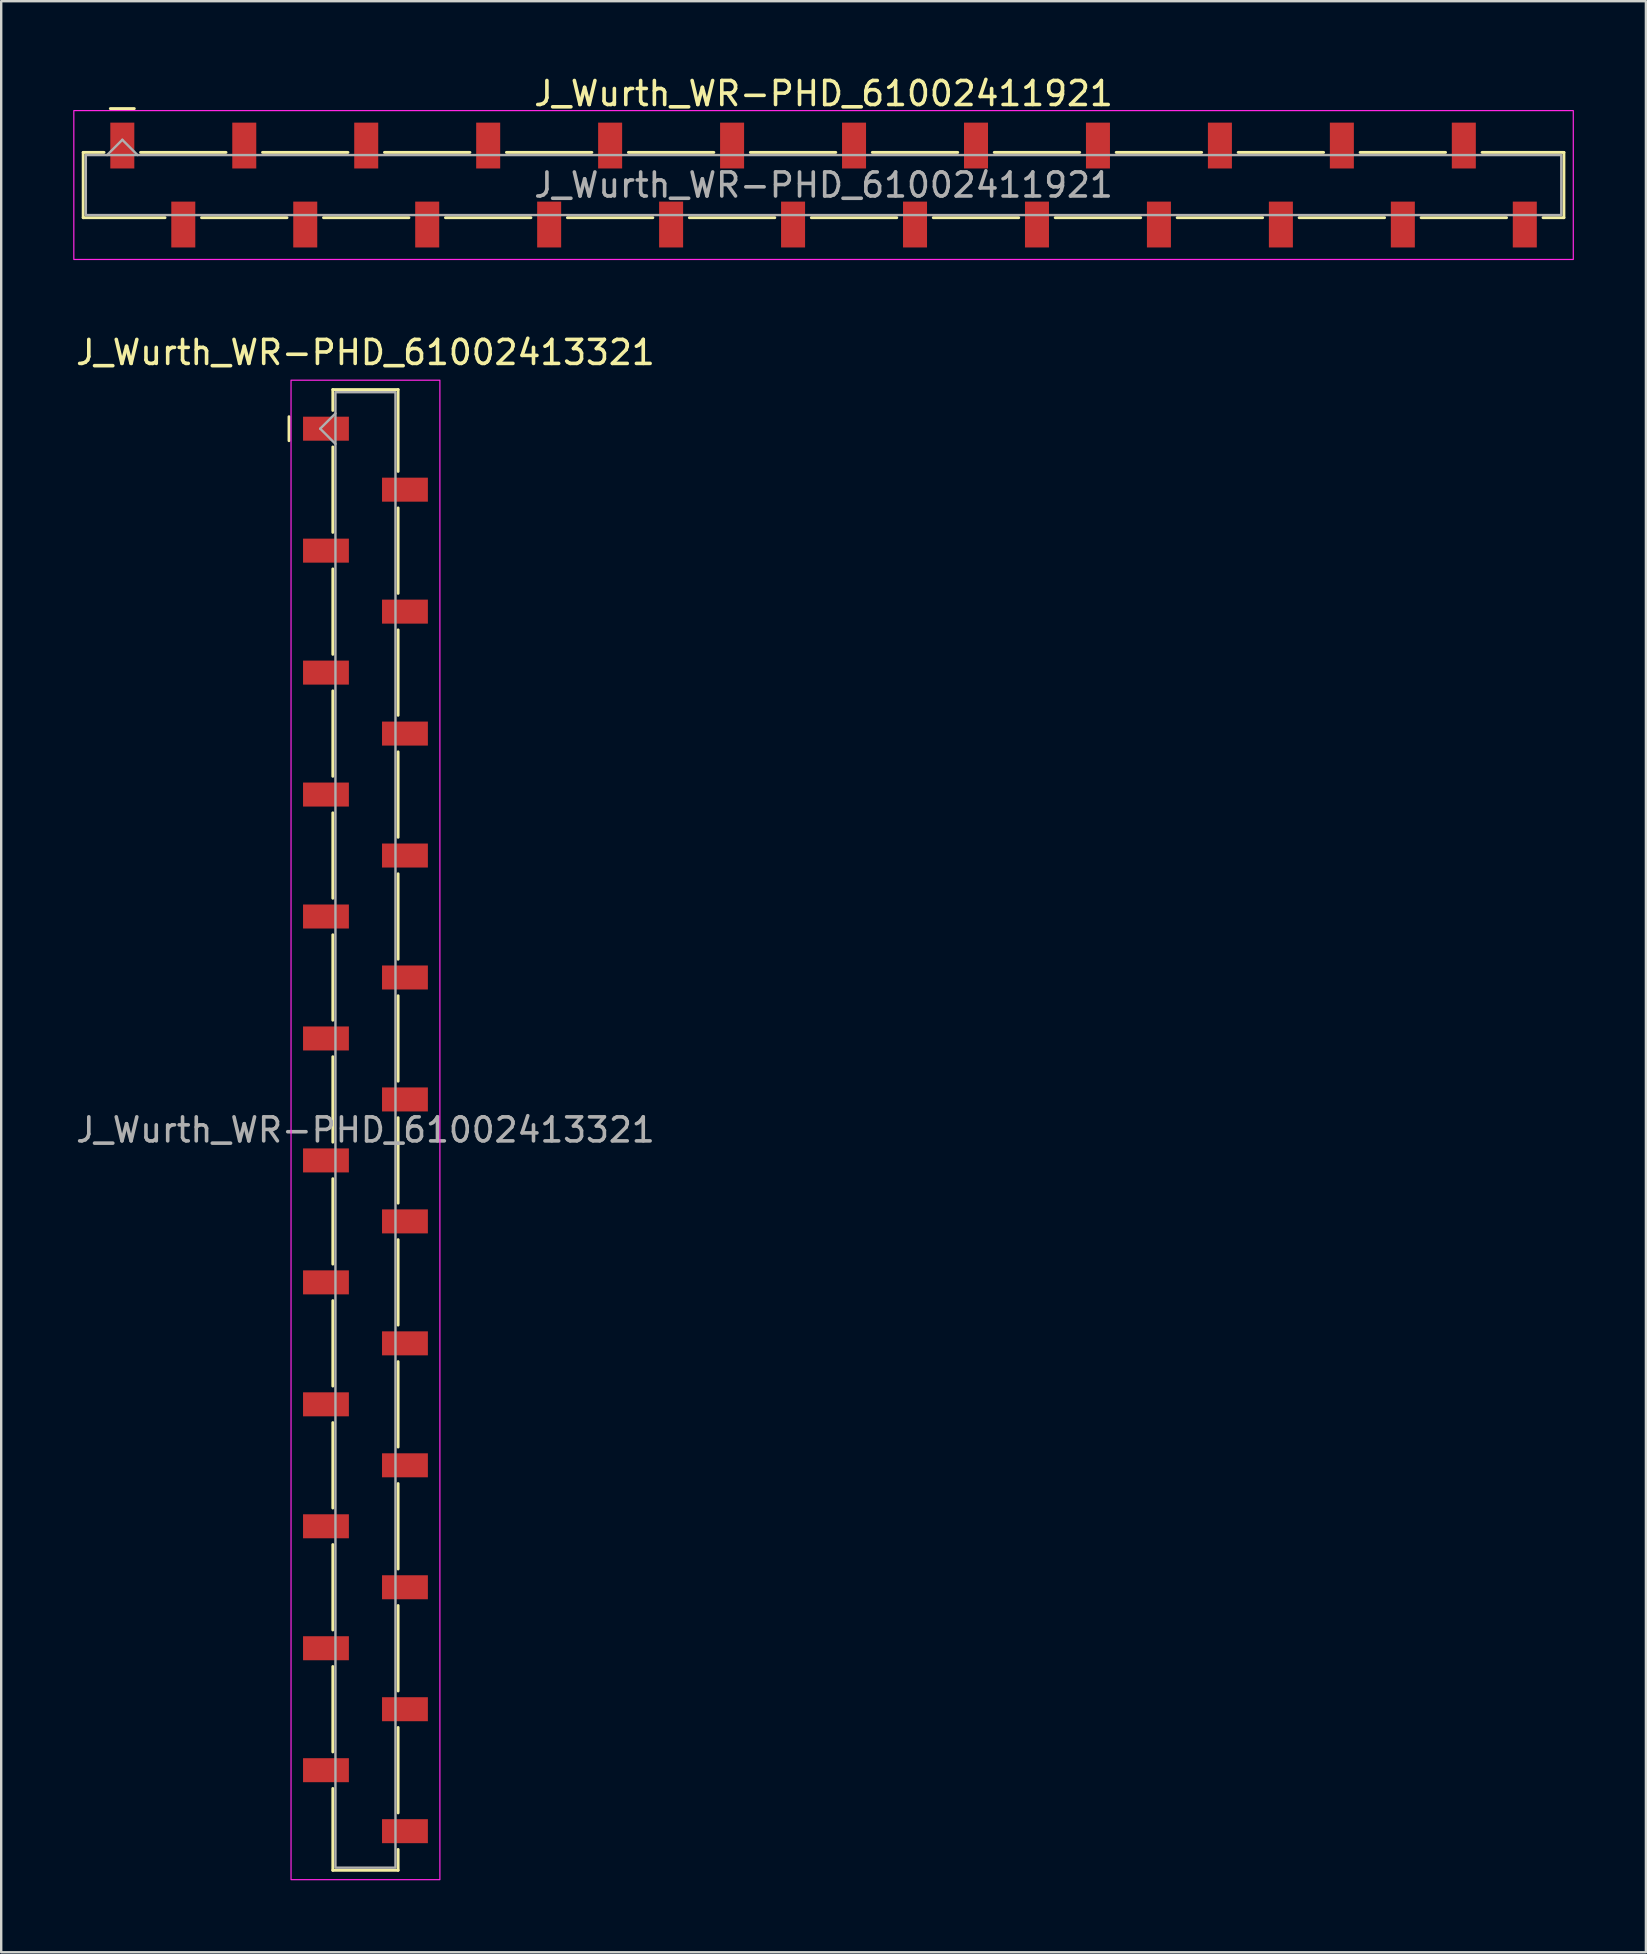
<source format=kicad_pcb>
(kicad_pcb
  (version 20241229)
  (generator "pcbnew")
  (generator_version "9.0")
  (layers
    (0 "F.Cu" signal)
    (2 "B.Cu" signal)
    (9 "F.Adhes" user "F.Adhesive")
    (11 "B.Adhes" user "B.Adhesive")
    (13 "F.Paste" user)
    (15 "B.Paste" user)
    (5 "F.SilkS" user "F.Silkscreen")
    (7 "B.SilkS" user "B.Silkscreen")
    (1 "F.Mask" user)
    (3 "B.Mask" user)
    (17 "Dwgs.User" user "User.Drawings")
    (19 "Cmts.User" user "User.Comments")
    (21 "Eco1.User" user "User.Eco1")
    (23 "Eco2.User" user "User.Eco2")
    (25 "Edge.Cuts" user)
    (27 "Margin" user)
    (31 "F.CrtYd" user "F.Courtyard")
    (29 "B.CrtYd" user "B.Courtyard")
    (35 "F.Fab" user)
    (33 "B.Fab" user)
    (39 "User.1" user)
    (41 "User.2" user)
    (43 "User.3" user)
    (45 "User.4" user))
  (footprint "J_Wurth_WR-PHD_61002413321"
    (layer "F.Cu")
    (at 12.173 44.017)
    (property "Reference" "J_Wurth_WR-PHD_61002413321" (at 0 -32.385 0) (unlocked yes) (layer "F.SilkS") (effects (font (size 1 1) (thickness 0.15))))
    (attr smd)
    (fp_line (start -3.185 -29.71) (end -3.185 -28.71) (stroke (width 0.12) (type solid)) (layer "F.SilkS"))
    (fp_line (start -1.36 -30.84) (end -1.36 -29.97) (stroke (width 0.12) (type solid)) (layer "F.SilkS"))
    (fp_line (start -1.36 -30.84) (end 1.36 -30.84) (stroke (width 0.12) (type solid)) (layer "F.SilkS"))
    (fp_line (start -1.36 -28.45) (end -1.36 -24.89) (stroke (width 0.12) (type solid)) (layer "F.SilkS"))
    (fp_line (start -1.36 -23.37) (end -1.36 -19.81) (stroke (width 0.12) (type solid)) (layer "F.SilkS"))
    (fp_line (start -1.36 -18.29) (end -1.36 -14.73) (stroke (width 0.12) (type solid)) (layer "F.SilkS"))
    (fp_line (start -1.36 -13.21) (end -1.36 -9.65) (stroke (width 0.12) (type solid)) (layer "F.SilkS"))
    (fp_line (start -1.36 -8.13) (end -1.36 -4.57) (stroke (width 0.12) (type solid)) (layer "F.SilkS"))
    (fp_line (start -1.36 -3.05) (end -1.36 0.51) (stroke (width 0.12) (type solid)) (layer "F.SilkS"))
    (fp_line (start -1.36 2.03) (end -1.36 5.59) (stroke (width 0.12) (type solid)) (layer "F.SilkS"))
    (fp_line (start -1.36 7.11) (end -1.36 10.67) (stroke (width 0.12) (type solid)) (layer "F.SilkS"))
    (fp_line (start -1.36 12.19) (end -1.36 15.75) (stroke (width 0.12) (type solid)) (layer "F.SilkS"))
    (fp_line (start -1.36 17.27) (end -1.36 20.83) (stroke (width 0.12) (type solid)) (layer "F.SilkS"))
    (fp_line (start -1.36 22.35) (end -1.36 25.91) (stroke (width 0.12) (type solid)) (layer "F.SilkS"))
    (fp_line (start -1.36 27.43) (end -1.36 30.84) (stroke (width 0.12) (type solid)) (layer "F.SilkS"))
    (fp_line (start -1.36 30.84) (end 1.36 30.84) (stroke (width 0.12) (type solid)) (layer "F.SilkS"))
    (fp_line (start 1.36 -30.84) (end 1.36 -27.43) (stroke (width 0.12) (type solid)) (layer "F.SilkS"))
    (fp_line (start 1.36 -25.91) (end 1.36 -22.35) (stroke (width 0.12) (type solid)) (layer "F.SilkS"))
    (fp_line (start 1.36 -20.83) (end 1.36 -17.27) (stroke (width 0.12) (type solid)) (layer "F.SilkS"))
    (fp_line (start 1.36 -15.75) (end 1.36 -12.19) (stroke (width 0.12) (type solid)) (layer "F.SilkS"))
    (fp_line (start 1.36 -10.67) (end 1.36 -7.11) (stroke (width 0.12) (type solid)) (layer "F.SilkS"))
    (fp_line (start 1.36 -5.59) (end 1.36 -2.03) (stroke (width 0.12) (type solid)) (layer "F.SilkS"))
    (fp_line (start 1.36 -0.51) (end 1.36 3.05) (stroke (width 0.12) (type solid)) (layer "F.SilkS"))
    (fp_line (start 1.36 4.57) (end 1.36 8.13) (stroke (width 0.12) (type solid)) (layer "F.SilkS"))
    (fp_line (start 1.36 9.65) (end 1.36 13.21) (stroke (width 0.12) (type solid)) (layer "F.SilkS"))
    (fp_line (start 1.36 14.73) (end 1.36 18.29) (stroke (width 0.12) (type solid)) (layer "F.SilkS"))
    (fp_line (start 1.36 19.81) (end 1.36 23.37) (stroke (width 0.12) (type solid)) (layer "F.SilkS"))
    (fp_line (start 1.36 24.89) (end 1.36 28.45) (stroke (width 0.12) (type solid)) (layer "F.SilkS"))
    (fp_line (start 1.36 29.97) (end 1.36 30.84) (stroke (width 0.12) (type solid)) (layer "F.SilkS"))
    (fp_rect (start -3.1 -31.23) (end 3.1 31.23) (stroke (width 0.05) (type solid)) (fill no) (layer "F.CrtYd"))
    (fp_line (start -1.885 -29.21) (end -1.25 -28.575) (stroke (width 0.1) (type default)) (layer "F.Fab"))
    (fp_line (start -1.25 -29.845) (end -1.885 -29.21) (stroke (width 0.1) (type default)) (layer "F.Fab"))
    (fp_rect (start -1.25 -30.73) (end 1.25 30.73) (stroke (width 0.1) (type solid)) (fill no) (layer "F.Fab"))
    (fp_text user "${REFERENCE}" (at 0 0 0) (unlocked yes) (layer "F.Fab") (effects (font (size 1 1) (thickness 0.15))))
    (pad "1" smd rect (at -1.645 -29.21 270) (size 1 1.91) (layers "F.Cu" "F.Mask" "F.Paste"))
    (pad "2" smd rect (at 1.645 -26.67 270) (size 1 1.91) (layers "F.Cu" "F.Mask" "F.Paste"))
    (pad "3" smd rect (at -1.645 -24.13 270) (size 1 1.91) (layers "F.Cu" "F.Mask" "F.Paste"))
    (pad "4" smd rect (at 1.645 -21.59 270) (size 1 1.91) (layers "F.Cu" "F.Mask" "F.Paste"))
    (pad "5" smd rect (at -1.645 -19.05 270) (size 1 1.91) (layers "F.Cu" "F.Mask" "F.Paste"))
    (pad "6" smd rect (at 1.645 -16.51 270) (size 1 1.91) (layers "F.Cu" "F.Mask" "F.Paste"))
    (pad "7" smd rect (at -1.645 -13.97 270) (size 1 1.91) (layers "F.Cu" "F.Mask" "F.Paste"))
    (pad "8" smd rect (at 1.645 -11.43 270) (size 1 1.91) (layers "F.Cu" "F.Mask" "F.Paste"))
    (pad "9" smd rect (at -1.645 -8.89 270) (size 1 1.91) (layers "F.Cu" "F.Mask" "F.Paste"))
    (pad "10" smd rect (at 1.645 -6.35 270) (size 1 1.91) (layers "F.Cu" "F.Mask" "F.Paste"))
    (pad "11" smd rect (at -1.645 -3.81 270) (size 1 1.91) (layers "F.Cu" "F.Mask" "F.Paste"))
    (pad "12" smd rect (at 1.645 -1.27 270) (size 1 1.91) (layers "F.Cu" "F.Mask" "F.Paste"))
    (pad "13" smd rect (at -1.645 1.27 270) (size 1 1.91) (layers "F.Cu" "F.Mask" "F.Paste"))
    (pad "14" smd rect (at 1.645 3.81 270) (size 1 1.91) (layers "F.Cu" "F.Mask" "F.Paste"))
    (pad "15" smd rect (at -1.645 6.35 270) (size 1 1.91) (layers "F.Cu" "F.Mask" "F.Paste"))
    (pad "16" smd rect (at 1.645 8.89 270) (size 1 1.91) (layers "F.Cu" "F.Mask" "F.Paste"))
    (pad "17" smd rect (at -1.645 11.43 270) (size 1 1.91) (layers "F.Cu" "F.Mask" "F.Paste"))
    (pad "18" smd rect (at 1.645 13.97 270) (size 1 1.91) (layers "F.Cu" "F.Mask" "F.Paste"))
    (pad "19" smd rect (at -1.645 16.51 270) (size 1 1.91) (layers "F.Cu" "F.Mask" "F.Paste"))
    (pad "20" smd rect (at 1.645 19.05 270) (size 1 1.91) (layers "F.Cu" "F.Mask" "F.Paste"))
    (pad "21" smd rect (at -1.645 21.59 270) (size 1 1.91) (layers "F.Cu" "F.Mask" "F.Paste"))
    (pad "22" smd rect (at 1.645 24.13 270) (size 1 1.91) (layers "F.Cu" "F.Mask" "F.Paste"))
    (pad "23" smd rect (at -1.645 26.67 270) (size 1 1.91) (layers "F.Cu" "F.Mask" "F.Paste"))
    (pad "24" smd rect (at 1.645 29.21 270) (size 1 1.91) (layers "F.Cu" "F.Mask" "F.Paste")))
  (footprint "J_Wurth_WR-PHD_61002411921"
    (layer "F.Cu")
    (at 31.255 4.658)
    (property "Reference" "J_Wurth_WR-PHD_61002411921" (at 0 -3.81 0) (unlocked yes) (layer "F.SilkS") (effects (font (size 1 1) (thickness 0.15))))
    (attr smd)
    (fp_line (start -30.84 -1.36) (end -30.84 1.36) (stroke (width 0.12) (type solid)) (layer "F.SilkS"))
    (fp_line (start -30.84 -1.36) (end -29.97 -1.36) (stroke (width 0.12) (type solid)) (layer "F.SilkS"))
    (fp_line (start -30.84 1.36) (end -27.43 1.36) (stroke (width 0.12) (type solid)) (layer "F.SilkS"))
    (fp_line (start -29.71 -3.185) (end -28.71 -3.185) (stroke (width 0.12) (type solid)) (layer "F.SilkS"))
    (fp_line (start -28.45 -1.36) (end -24.89 -1.36) (stroke (width 0.12) (type solid)) (layer "F.SilkS"))
    (fp_line (start -25.91 1.36) (end -22.35 1.36) (stroke (width 0.12) (type solid)) (layer "F.SilkS"))
    (fp_line (start -23.37 -1.36) (end -19.81 -1.36) (stroke (width 0.12) (type solid)) (layer "F.SilkS"))
    (fp_line (start -20.83 1.36) (end -17.27 1.36) (stroke (width 0.12) (type solid)) (layer "F.SilkS"))
    (fp_line (start -18.29 -1.36) (end -14.73 -1.36) (stroke (width 0.12) (type solid)) (layer "F.SilkS"))
    (fp_line (start -15.75 1.36) (end -12.19 1.36) (stroke (width 0.12) (type solid)) (layer "F.SilkS"))
    (fp_line (start -13.21 -1.36) (end -9.65 -1.36) (stroke (width 0.12) (type solid)) (layer "F.SilkS"))
    (fp_line (start -10.67 1.36) (end -7.11 1.36) (stroke (width 0.12) (type solid)) (layer "F.SilkS"))
    (fp_line (start -8.13 -1.36) (end -4.57 -1.36) (stroke (width 0.12) (type solid)) (layer "F.SilkS"))
    (fp_line (start -5.59 1.36) (end -2.03 1.36) (stroke (width 0.12) (type solid)) (layer "F.SilkS"))
    (fp_line (start -3.05 -1.36) (end 0.51 -1.36) (stroke (width 0.12) (type solid)) (layer "F.SilkS"))
    (fp_line (start -0.51 1.36) (end 3.05 1.36) (stroke (width 0.12) (type solid)) (layer "F.SilkS"))
    (fp_line (start 2.03 -1.36) (end 5.59 -1.36) (stroke (width 0.12) (type solid)) (layer "F.SilkS"))
    (fp_line (start 4.57 1.36) (end 8.13 1.36) (stroke (width 0.12) (type solid)) (layer "F.SilkS"))
    (fp_line (start 7.11 -1.36) (end 10.67 -1.36) (stroke (width 0.12) (type solid)) (layer "F.SilkS"))
    (fp_line (start 9.65 1.36) (end 13.21 1.36) (stroke (width 0.12) (type solid)) (layer "F.SilkS"))
    (fp_line (start 12.19 -1.36) (end 15.75 -1.36) (stroke (width 0.12) (type solid)) (layer "F.SilkS"))
    (fp_line (start 14.73 1.36) (end 18.29 1.36) (stroke (width 0.12) (type solid)) (layer "F.SilkS"))
    (fp_line (start 17.27 -1.36) (end 20.83 -1.36) (stroke (width 0.12) (type solid)) (layer "F.SilkS"))
    (fp_line (start 19.81 1.36) (end 23.37 1.36) (stroke (width 0.12) (type solid)) (layer "F.SilkS"))
    (fp_line (start 22.35 -1.36) (end 25.91 -1.36) (stroke (width 0.12) (type solid)) (layer "F.SilkS"))
    (fp_line (start 24.89 1.36) (end 28.45 1.36) (stroke (width 0.12) (type solid)) (layer "F.SilkS"))
    (fp_line (start 27.43 -1.36) (end 30.84 -1.36) (stroke (width 0.12) (type solid)) (layer "F.SilkS"))
    (fp_line (start 29.97 1.36) (end 30.84 1.36) (stroke (width 0.12) (type solid)) (layer "F.SilkS"))
    (fp_line (start 30.84 -1.36) (end 30.84 1.36) (stroke (width 0.12) (type solid)) (layer "F.SilkS"))
    (fp_rect (start -31.23 -3.1) (end 31.23 3.1) (stroke (width 0.05) (type solid)) (fill no) (layer "F.CrtYd"))
    (fp_line (start -29.845 -1.25) (end -29.21 -1.885) (stroke (width 0.1) (type default)) (layer "F.Fab"))
    (fp_line (start -29.21 -1.885) (end -28.575 -1.25) (stroke (width 0.1) (type default)) (layer "F.Fab"))
    (fp_rect (start -30.73 -1.25) (end 30.73 1.25) (stroke (width 0.1) (type solid)) (fill no) (layer "F.Fab"))
    (fp_text user "${REFERENCE}" (at 0 0 0) (unlocked yes) (layer "F.Fab") (effects (font (size 1 1) (thickness 0.15))))
    (pad "1" smd rect (at -29.21 -1.645) (size 1 1.91) (layers "F.Cu" "F.Mask" "F.Paste"))
    (pad "2" smd rect (at -26.67 1.645) (size 1 1.91) (layers "F.Cu" "F.Mask" "F.Paste"))
    (pad "3" smd rect (at -24.13 -1.645) (size 1 1.91) (layers "F.Cu" "F.Mask" "F.Paste"))
    (pad "4" smd rect (at -21.59 1.645) (size 1 1.91) (layers "F.Cu" "F.Mask" "F.Paste"))
    (pad "5" smd rect (at -19.05 -1.645) (size 1 1.91) (layers "F.Cu" "F.Mask" "F.Paste"))
    (pad "6" smd rect (at -16.51 1.645) (size 1 1.91) (layers "F.Cu" "F.Mask" "F.Paste"))
    (pad "7" smd rect (at -13.97 -1.645) (size 1 1.91) (layers "F.Cu" "F.Mask" "F.Paste"))
    (pad "8" smd rect (at -11.43 1.645) (size 1 1.91) (layers "F.Cu" "F.Mask" "F.Paste"))
    (pad "9" smd rect (at -8.89 -1.645) (size 1 1.91) (layers "F.Cu" "F.Mask" "F.Paste"))
    (pad "10" smd rect (at -6.35 1.645) (size 1 1.91) (layers "F.Cu" "F.Mask" "F.Paste"))
    (pad "11" smd rect (at -3.81 -1.645) (size 1 1.91) (layers "F.Cu" "F.Mask" "F.Paste"))
    (pad "12" smd rect (at -1.27 1.645) (size 1 1.91) (layers "F.Cu" "F.Mask" "F.Paste"))
    (pad "13" smd rect (at 1.27 -1.645) (size 1 1.91) (layers "F.Cu" "F.Mask" "F.Paste"))
    (pad "14" smd rect (at 3.81 1.645) (size 1 1.91) (layers "F.Cu" "F.Mask" "F.Paste"))
    (pad "15" smd rect (at 6.35 -1.645) (size 1 1.91) (layers "F.Cu" "F.Mask" "F.Paste"))
    (pad "16" smd rect (at 8.89 1.645) (size 1 1.91) (layers "F.Cu" "F.Mask" "F.Paste"))
    (pad "17" smd rect (at 11.43 -1.645) (size 1 1.91) (layers "F.Cu" "F.Mask" "F.Paste"))
    (pad "18" smd rect (at 13.97 1.645) (size 1 1.91) (layers "F.Cu" "F.Mask" "F.Paste"))
    (pad "19" smd rect (at 16.51 -1.645) (size 1 1.91) (layers "F.Cu" "F.Mask" "F.Paste"))
    (pad "20" smd rect (at 19.05 1.645) (size 1 1.91) (layers "F.Cu" "F.Mask" "F.Paste"))
    (pad "21" smd rect (at 21.59 -1.645) (size 1 1.91) (layers "F.Cu" "F.Mask" "F.Paste"))
    (pad "22" smd rect (at 24.13 1.645) (size 1 1.91) (layers "F.Cu" "F.Mask" "F.Paste"))
    (pad "23" smd rect (at 26.67 -1.645) (size 1 1.91) (layers "F.Cu" "F.Mask" "F.Paste"))
    (pad "24" smd rect (at 29.21 1.645) (size 1 1.91) (layers "F.Cu" "F.Mask" "F.Paste")))
  (gr_rect
    (start -3 -3)
    (end 65.51 78.272)
    (stroke (width 0.1) (type default))
    (fill no)
    (layer "Edge.Cuts")))
</source>
